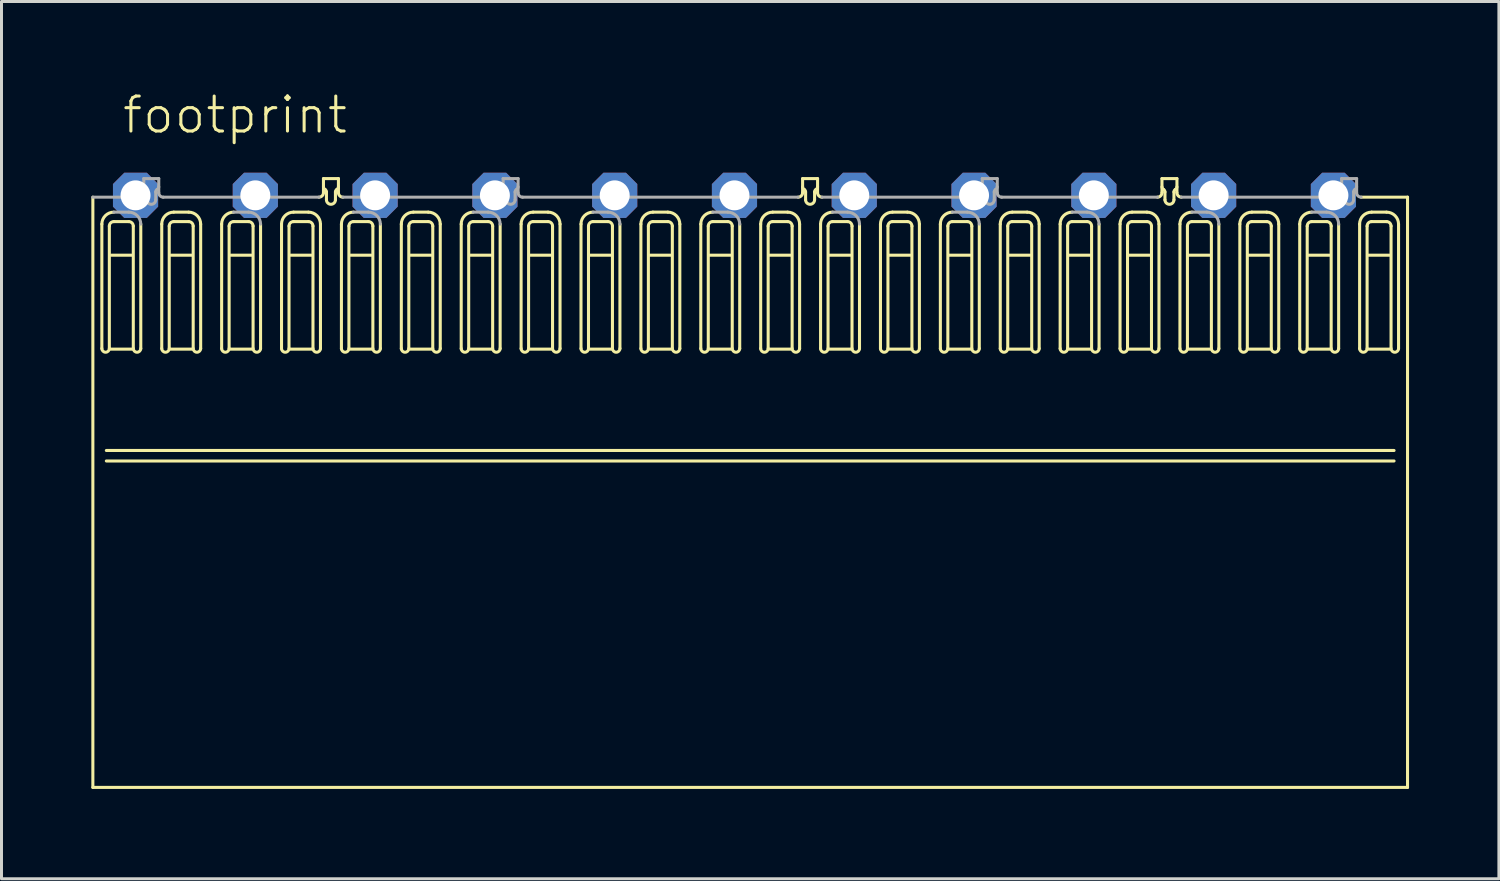
<source format=kicad_pcb>
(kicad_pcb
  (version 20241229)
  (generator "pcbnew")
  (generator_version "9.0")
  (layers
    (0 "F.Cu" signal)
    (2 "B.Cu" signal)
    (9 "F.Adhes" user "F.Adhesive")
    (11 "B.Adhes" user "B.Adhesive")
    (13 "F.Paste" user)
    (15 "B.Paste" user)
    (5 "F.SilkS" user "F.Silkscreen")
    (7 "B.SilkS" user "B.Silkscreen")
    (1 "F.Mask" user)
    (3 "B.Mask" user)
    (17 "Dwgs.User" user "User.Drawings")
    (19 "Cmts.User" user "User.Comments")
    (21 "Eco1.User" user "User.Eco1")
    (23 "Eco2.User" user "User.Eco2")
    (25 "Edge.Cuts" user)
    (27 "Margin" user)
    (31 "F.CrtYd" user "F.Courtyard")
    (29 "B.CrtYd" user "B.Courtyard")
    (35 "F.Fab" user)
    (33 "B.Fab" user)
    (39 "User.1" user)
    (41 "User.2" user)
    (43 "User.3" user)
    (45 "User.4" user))
  (footprint "footprint"
    (layer "F.Cu")
    (at 21.476 3.473)
    (property "Reference" "footprint" (at -20.5 -2 0) (layer "F.SilkS") (effects (font (size 1.168 1.168) (thickness 0.102)) (justify left bottom)))
    (fp_line (start -21.425 19.771) (end -21.425 0.061) (stroke (width 0.102) (type solid)) (layer "F.SilkS"))
    (fp_line (start -21.125 5.114) (end -21.125 0.961) (stroke (width 0.102) (type solid)) (layer "F.SilkS"))
    (fp_line (start -20.875 1.027) (end -20.875 5.114) (stroke (width 0.102) (type solid)) (layer "F.SilkS"))
    (fp_line (start -20.825 1.999) (end -20.125 1.999) (stroke (width 0.102) (type solid)) (layer "F.SilkS"))
    (fp_line (start -20.825 5.136) (end -20.125 5.136) (stroke (width 0.102) (type solid)) (layer "F.SilkS"))
    (fp_line (start -20.225 0.877) (end -20.725 0.877) (stroke (width 0.102) (type solid)) (layer "F.SilkS"))
    (fp_line (start -20.075 5.114) (end -20.075 1.027) (stroke (width 0.102) (type solid)) (layer "F.SilkS"))
    (fp_line (start -19.825 0.961) (end -19.825 5.114) (stroke (width 0.102) (type solid)) (layer "F.SilkS"))
    (fp_line (start -19.125 5.114) (end -19.125 0.961) (stroke (width 0.102) (type solid)) (layer "F.SilkS"))
    (fp_line (start -18.875 1.027) (end -18.875 5.114) (stroke (width 0.102) (type solid)) (layer "F.SilkS"))
    (fp_line (start -18.825 1.999) (end -18.125 1.999) (stroke (width 0.102) (type solid)) (layer "F.SilkS"))
    (fp_line (start -18.825 5.136) (end -18.125 5.136) (stroke (width 0.102) (type solid)) (layer "F.SilkS"))
    (fp_line (start -18.725 0.561) (end -18.225 0.561) (stroke (width 0.102) (type solid)) (layer "F.SilkS"))
    (fp_line (start -18.225 0.877) (end -18.725 0.877) (stroke (width 0.102) (type solid)) (layer "F.SilkS"))
    (fp_line (start -18.075 5.114) (end -18.075 1.027) (stroke (width 0.102) (type solid)) (layer "F.SilkS"))
    (fp_line (start -17.825 0.961) (end -17.825 5.114) (stroke (width 0.102) (type solid)) (layer "F.SilkS"))
    (fp_line (start -17.125 5.114) (end -17.125 0.961) (stroke (width 0.102) (type solid)) (layer "F.SilkS"))
    (fp_line (start -16.875 1.027) (end -16.875 5.114) (stroke (width 0.102) (type solid)) (layer "F.SilkS"))
    (fp_line (start -16.825 1.999) (end -16.125 1.999) (stroke (width 0.102) (type solid)) (layer "F.SilkS"))
    (fp_line (start -16.825 5.136) (end -16.125 5.136) (stroke (width 0.102) (type solid)) (layer "F.SilkS"))
    (fp_line (start -16.225 0.877) (end -16.725 0.877) (stroke (width 0.102) (type solid)) (layer "F.SilkS"))
    (fp_line (start -16.075 5.114) (end -16.075 1.027) (stroke (width 0.102) (type solid)) (layer "F.SilkS"))
    (fp_line (start -15.825 0.961) (end -15.825 5.114) (stroke (width 0.102) (type solid)) (layer "F.SilkS"))
    (fp_line (start -15.125 5.114) (end -15.125 0.961) (stroke (width 0.102) (type solid)) (layer "F.SilkS"))
    (fp_line (start -14.875 1.027) (end -14.875 5.114) (stroke (width 0.102) (type solid)) (layer "F.SilkS"))
    (fp_line (start -14.825 1.999) (end -14.125 1.999) (stroke (width 0.102) (type solid)) (layer "F.SilkS"))
    (fp_line (start -14.825 5.136) (end -14.125 5.136) (stroke (width 0.102) (type solid)) (layer "F.SilkS"))
    (fp_line (start -14.725 0.561) (end -14.225 0.561) (stroke (width 0.102) (type solid)) (layer "F.SilkS"))
    (fp_line (start -14.225 0.877) (end -14.725 0.877) (stroke (width 0.102) (type solid)) (layer "F.SilkS"))
    (fp_line (start -14.075 5.114) (end -14.075 1.027) (stroke (width 0.102) (type solid)) (layer "F.SilkS"))
    (fp_line (start -13.825 0.961) (end -13.825 5.114) (stroke (width 0.102) (type solid)) (layer "F.SilkS"))
    (fp_line (start -13.725 -0.559) (end -13.225 -0.559) (stroke (width 0.102) (type solid)) (layer "F.SilkS"))
    (fp_line (start -13.725 -0.089) (end -13.725 -0.559) (stroke (width 0.102) (type solid)) (layer "F.SilkS"))
    (fp_line (start -13.625 -0.113) (end -13.625 0.149) (stroke (width 0.102) (type solid)) (layer "F.SilkS"))
    (fp_line (start -13.325 0.149) (end -13.325 -0.113) (stroke (width 0.102) (type solid)) (layer "F.SilkS"))
    (fp_line (start -13.225 -0.559) (end -13.225 -0.089) (stroke (width 0.102) (type solid)) (layer "F.SilkS"))
    (fp_line (start -13.125 5.114) (end -13.125 0.961) (stroke (width 0.102) (type solid)) (layer "F.SilkS"))
    (fp_line (start -12.875 1.027) (end -12.875 5.114) (stroke (width 0.102) (type solid)) (layer "F.SilkS"))
    (fp_line (start -12.825 1.999) (end -12.125 1.999) (stroke (width 0.102) (type solid)) (layer "F.SilkS"))
    (fp_line (start -12.825 5.136) (end -12.125 5.136) (stroke (width 0.102) (type solid)) (layer "F.SilkS"))
    (fp_line (start -12.225 0.877) (end -12.725 0.877) (stroke (width 0.102) (type solid)) (layer "F.SilkS"))
    (fp_line (start -12.075 5.114) (end -12.075 1.027) (stroke (width 0.102) (type solid)) (layer "F.SilkS"))
    (fp_line (start -11.825 0.961) (end -11.825 5.114) (stroke (width 0.102) (type solid)) (layer "F.SilkS"))
    (fp_line (start -11.125 5.114) (end -11.125 0.961) (stroke (width 0.102) (type solid)) (layer "F.SilkS"))
    (fp_line (start -10.875 1.027) (end -10.875 5.114) (stroke (width 0.102) (type solid)) (layer "F.SilkS"))
    (fp_line (start -10.825 1.999) (end -10.125 1.999) (stroke (width 0.102) (type solid)) (layer "F.SilkS"))
    (fp_line (start -10.825 5.136) (end -10.125 5.136) (stroke (width 0.102) (type solid)) (layer "F.SilkS"))
    (fp_line (start -10.725 0.561) (end -10.225 0.561) (stroke (width 0.102) (type solid)) (layer "F.SilkS"))
    (fp_line (start -10.225 0.877) (end -10.725 0.877) (stroke (width 0.102) (type solid)) (layer "F.SilkS"))
    (fp_line (start -10.075 5.114) (end -10.075 1.027) (stroke (width 0.102) (type solid)) (layer "F.SilkS"))
    (fp_line (start -9.825 0.961) (end -9.825 5.114) (stroke (width 0.102) (type solid)) (layer "F.SilkS"))
    (fp_line (start -9.125 5.114) (end -9.125 0.961) (stroke (width 0.102) (type solid)) (layer "F.SilkS"))
    (fp_line (start -8.875 1.027) (end -8.875 5.114) (stroke (width 0.102) (type solid)) (layer "F.SilkS"))
    (fp_line (start -8.825 1.999) (end -8.125 1.999) (stroke (width 0.102) (type solid)) (layer "F.SilkS"))
    (fp_line (start -8.825 5.136) (end -8.125 5.136) (stroke (width 0.102) (type solid)) (layer "F.SilkS"))
    (fp_line (start -8.225 0.877) (end -8.725 0.877) (stroke (width 0.102) (type solid)) (layer "F.SilkS"))
    (fp_line (start -8.075 5.114) (end -8.075 1.027) (stroke (width 0.102) (type solid)) (layer "F.SilkS"))
    (fp_line (start -7.825 0.961) (end -7.825 5.114) (stroke (width 0.102) (type solid)) (layer "F.SilkS"))
    (fp_line (start -7.125 5.114) (end -7.125 0.961) (stroke (width 0.102) (type solid)) (layer "F.SilkS"))
    (fp_line (start -6.875 1.027) (end -6.875 5.114) (stroke (width 0.102) (type solid)) (layer "F.SilkS"))
    (fp_line (start -6.825 1.999) (end -6.125 1.999) (stroke (width 0.102) (type solid)) (layer "F.SilkS"))
    (fp_line (start -6.825 5.136) (end -6.125 5.136) (stroke (width 0.102) (type solid)) (layer "F.SilkS"))
    (fp_line (start -6.725 0.561) (end -6.225 0.561) (stroke (width 0.102) (type solid)) (layer "F.SilkS"))
    (fp_line (start -6.225 0.877) (end -6.725 0.877) (stroke (width 0.102) (type solid)) (layer "F.SilkS"))
    (fp_line (start -6.075 5.114) (end -6.075 1.027) (stroke (width 0.102) (type solid)) (layer "F.SilkS"))
    (fp_line (start -5.825 0.961) (end -5.825 5.114) (stroke (width 0.102) (type solid)) (layer "F.SilkS"))
    (fp_line (start -5.125 5.114) (end -5.125 0.961) (stroke (width 0.102) (type solid)) (layer "F.SilkS"))
    (fp_line (start -4.875 1.027) (end -4.875 5.114) (stroke (width 0.102) (type solid)) (layer "F.SilkS"))
    (fp_line (start -4.825 1.999) (end -4.125 1.999) (stroke (width 0.102) (type solid)) (layer "F.SilkS"))
    (fp_line (start -4.825 5.136) (end -4.125 5.136) (stroke (width 0.102) (type solid)) (layer "F.SilkS"))
    (fp_line (start -4.225 0.877) (end -4.725 0.877) (stroke (width 0.102) (type solid)) (layer "F.SilkS"))
    (fp_line (start -4.075 5.114) (end -4.075 1.027) (stroke (width 0.102) (type solid)) (layer "F.SilkS"))
    (fp_line (start -3.825 0.961) (end -3.825 5.114) (stroke (width 0.102) (type solid)) (layer "F.SilkS"))
    (fp_line (start -3.125 5.114) (end -3.125 0.961) (stroke (width 0.102) (type solid)) (layer "F.SilkS"))
    (fp_line (start -2.875 1.027) (end -2.875 5.114) (stroke (width 0.102) (type solid)) (layer "F.SilkS"))
    (fp_line (start -2.825 1.999) (end -2.125 1.999) (stroke (width 0.102) (type solid)) (layer "F.SilkS"))
    (fp_line (start -2.825 5.136) (end -2.125 5.136) (stroke (width 0.102) (type solid)) (layer "F.SilkS"))
    (fp_line (start -2.725 0.561) (end -2.225 0.561) (stroke (width 0.102) (type solid)) (layer "F.SilkS"))
    (fp_line (start -2.225 0.877) (end -2.725 0.877) (stroke (width 0.102) (type solid)) (layer "F.SilkS"))
    (fp_line (start -2.075 5.114) (end -2.075 1.027) (stroke (width 0.102) (type solid)) (layer "F.SilkS"))
    (fp_line (start -1.825 0.961) (end -1.825 5.114) (stroke (width 0.102) (type solid)) (layer "F.SilkS"))
    (fp_line (start -1.125 5.114) (end -1.125 0.961) (stroke (width 0.102) (type solid)) (layer "F.SilkS"))
    (fp_line (start -0.875 1.027) (end -0.875 5.114) (stroke (width 0.102) (type solid)) (layer "F.SilkS"))
    (fp_line (start -0.825 1.999) (end -0.125 1.999) (stroke (width 0.102) (type solid)) (layer "F.SilkS"))
    (fp_line (start -0.825 5.136) (end -0.125 5.136) (stroke (width 0.102) (type solid)) (layer "F.SilkS"))
    (fp_line (start -0.225 0.877) (end -0.725 0.877) (stroke (width 0.102) (type solid)) (layer "F.SilkS"))
    (fp_line (start -0.075 5.114) (end -0.075 1.027) (stroke (width 0.102) (type solid)) (layer "F.SilkS"))
    (fp_line (start 0.175 0.961) (end 0.175 5.114) (stroke (width 0.102) (type solid)) (layer "F.SilkS"))
    (fp_line (start 0.875 0.961) (end 0.875 5.114) (stroke (width 0.102) (type solid)) (layer "F.SilkS"))
    (fp_line (start 1.125 5.114) (end 1.125 1.027) (stroke (width 0.102) (type solid)) (layer "F.SilkS"))
    (fp_line (start 1.275 0.877) (end 1.775 0.877) (stroke (width 0.102) (type solid)) (layer "F.SilkS"))
    (fp_line (start 1.775 0.561) (end 1.275 0.561) (stroke (width 0.102) (type solid)) (layer "F.SilkS"))
    (fp_line (start 1.875 1.999) (end 1.175 1.999) (stroke (width 0.102) (type solid)) (layer "F.SilkS"))
    (fp_line (start 1.875 5.136) (end 1.175 5.136) (stroke (width 0.102) (type solid)) (layer "F.SilkS"))
    (fp_line (start 1.925 1.027) (end 1.925 5.114) (stroke (width 0.102) (type solid)) (layer "F.SilkS"))
    (fp_line (start 2.175 5.114) (end 2.175 0.961) (stroke (width 0.102) (type solid)) (layer "F.SilkS"))
    (fp_line (start 2.275 -0.559) (end 2.775 -0.559) (stroke (width 0.102) (type solid)) (layer "F.SilkS"))
    (fp_line (start 2.275 -0.089) (end 2.275 -0.559) (stroke (width 0.102) (type solid)) (layer "F.SilkS"))
    (fp_line (start 2.375 -0.113) (end 2.375 0.149) (stroke (width 0.102) (type solid)) (layer "F.SilkS"))
    (fp_line (start 2.675 0.149) (end 2.675 -0.113) (stroke (width 0.102) (type solid)) (layer "F.SilkS"))
    (fp_line (start 2.775 -0.559) (end 2.775 -0.089) (stroke (width 0.102) (type solid)) (layer "F.SilkS"))
    (fp_line (start 2.875 0.961) (end 2.875 5.114) (stroke (width 0.102) (type solid)) (layer "F.SilkS"))
    (fp_line (start 3.125 5.114) (end 3.125 1.027) (stroke (width 0.102) (type solid)) (layer "F.SilkS"))
    (fp_line (start 3.275 0.877) (end 3.775 0.877) (stroke (width 0.102) (type solid)) (layer "F.SilkS"))
    (fp_line (start 3.875 1.999) (end 3.175 1.999) (stroke (width 0.102) (type solid)) (layer "F.SilkS"))
    (fp_line (start 3.875 5.136) (end 3.175 5.136) (stroke (width 0.102) (type solid)) (layer "F.SilkS"))
    (fp_line (start 3.925 1.027) (end 3.925 5.114) (stroke (width 0.102) (type solid)) (layer "F.SilkS"))
    (fp_line (start 4.175 5.114) (end 4.175 0.961) (stroke (width 0.102) (type solid)) (layer "F.SilkS"))
    (fp_line (start 4.875 0.961) (end 4.875 5.114) (stroke (width 0.102) (type solid)) (layer "F.SilkS"))
    (fp_line (start 5.125 5.114) (end 5.125 1.027) (stroke (width 0.102) (type solid)) (layer "F.SilkS"))
    (fp_line (start 5.275 0.877) (end 5.775 0.877) (stroke (width 0.102) (type solid)) (layer "F.SilkS"))
    (fp_line (start 5.775 0.561) (end 5.275 0.561) (stroke (width 0.102) (type solid)) (layer "F.SilkS"))
    (fp_line (start 5.875 1.999) (end 5.175 1.999) (stroke (width 0.102) (type solid)) (layer "F.SilkS"))
    (fp_line (start 5.875 5.136) (end 5.175 5.136) (stroke (width 0.102) (type solid)) (layer "F.SilkS"))
    (fp_line (start 5.925 1.027) (end 5.925 5.114) (stroke (width 0.102) (type solid)) (layer "F.SilkS"))
    (fp_line (start 6.175 5.114) (end 6.175 0.961) (stroke (width 0.102) (type solid)) (layer "F.SilkS"))
    (fp_line (start 6.875 0.961) (end 6.875 5.114) (stroke (width 0.102) (type solid)) (layer "F.SilkS"))
    (fp_line (start 7.125 5.114) (end 7.125 1.027) (stroke (width 0.102) (type solid)) (layer "F.SilkS"))
    (fp_line (start 7.275 0.877) (end 7.775 0.877) (stroke (width 0.102) (type solid)) (layer "F.SilkS"))
    (fp_line (start 7.875 1.999) (end 7.175 1.999) (stroke (width 0.102) (type solid)) (layer "F.SilkS"))
    (fp_line (start 7.875 5.136) (end 7.175 5.136) (stroke (width 0.102) (type solid)) (layer "F.SilkS"))
    (fp_line (start 7.925 1.027) (end 7.925 5.114) (stroke (width 0.102) (type solid)) (layer "F.SilkS"))
    (fp_line (start 8.175 5.114) (end 8.175 0.961) (stroke (width 0.102) (type solid)) (layer "F.SilkS"))
    (fp_line (start 8.875 0.961) (end 8.875 5.114) (stroke (width 0.102) (type solid)) (layer "F.SilkS"))
    (fp_line (start 9.125 5.114) (end 9.125 1.027) (stroke (width 0.102) (type solid)) (layer "F.SilkS"))
    (fp_line (start 9.275 0.877) (end 9.775 0.877) (stroke (width 0.102) (type solid)) (layer "F.SilkS"))
    (fp_line (start 9.775 0.561) (end 9.275 0.561) (stroke (width 0.102) (type solid)) (layer "F.SilkS"))
    (fp_line (start 9.875 1.999) (end 9.175 1.999) (stroke (width 0.102) (type solid)) (layer "F.SilkS"))
    (fp_line (start 9.875 5.136) (end 9.175 5.136) (stroke (width 0.102) (type solid)) (layer "F.SilkS"))
    (fp_line (start 9.925 1.027) (end 9.925 5.114) (stroke (width 0.102) (type solid)) (layer "F.SilkS"))
    (fp_line (start 10.175 5.114) (end 10.175 0.961) (stroke (width 0.102) (type solid)) (layer "F.SilkS"))
    (fp_line (start 10.875 0.961) (end 10.875 5.114) (stroke (width 0.102) (type solid)) (layer "F.SilkS"))
    (fp_line (start 11.125 5.114) (end 11.125 1.027) (stroke (width 0.102) (type solid)) (layer "F.SilkS"))
    (fp_line (start 11.275 0.877) (end 11.775 0.877) (stroke (width 0.102) (type solid)) (layer "F.SilkS"))
    (fp_line (start 11.875 1.999) (end 11.175 1.999) (stroke (width 0.102) (type solid)) (layer "F.SilkS"))
    (fp_line (start 11.875 5.136) (end 11.175 5.136) (stroke (width 0.102) (type solid)) (layer "F.SilkS"))
    (fp_line (start 11.925 1.027) (end 11.925 5.114) (stroke (width 0.102) (type solid)) (layer "F.SilkS"))
    (fp_line (start 12.175 5.114) (end 12.175 0.961) (stroke (width 0.102) (type solid)) (layer "F.SilkS"))
    (fp_line (start 12.875 0.961) (end 12.875 5.114) (stroke (width 0.102) (type solid)) (layer "F.SilkS"))
    (fp_line (start 13.125 5.114) (end 13.125 1.027) (stroke (width 0.102) (type solid)) (layer "F.SilkS"))
    (fp_line (start 13.275 0.877) (end 13.775 0.877) (stroke (width 0.102) (type solid)) (layer "F.SilkS"))
    (fp_line (start 13.775 0.561) (end 13.275 0.561) (stroke (width 0.102) (type solid)) (layer "F.SilkS"))
    (fp_line (start 13.875 1.999) (end 13.175 1.999) (stroke (width 0.102) (type solid)) (layer "F.SilkS"))
    (fp_line (start 13.875 5.136) (end 13.175 5.136) (stroke (width 0.102) (type solid)) (layer "F.SilkS"))
    (fp_line (start 13.925 1.027) (end 13.925 5.114) (stroke (width 0.102) (type solid)) (layer "F.SilkS"))
    (fp_line (start 14.175 5.114) (end 14.175 0.961) (stroke (width 0.102) (type solid)) (layer "F.SilkS"))
    (fp_line (start 14.275 -0.559) (end 14.775 -0.559) (stroke (width 0.102) (type solid)) (layer "F.SilkS"))
    (fp_line (start 14.275 -0.089) (end 14.275 -0.559) (stroke (width 0.102) (type solid)) (layer "F.SilkS"))
    (fp_line (start 14.375 -0.113) (end 14.375 0.149) (stroke (width 0.102) (type solid)) (layer "F.SilkS"))
    (fp_line (start 14.675 0.149) (end 14.675 -0.113) (stroke (width 0.102) (type solid)) (layer "F.SilkS"))
    (fp_line (start 14.775 -0.559) (end 14.775 -0.089) (stroke (width 0.102) (type solid)) (layer "F.SilkS"))
    (fp_line (start 14.875 0.961) (end 14.875 5.114) (stroke (width 0.102) (type solid)) (layer "F.SilkS"))
    (fp_line (start 15.125 5.114) (end 15.125 1.027) (stroke (width 0.102) (type solid)) (layer "F.SilkS"))
    (fp_line (start 15.275 0.877) (end 15.775 0.877) (stroke (width 0.102) (type solid)) (layer "F.SilkS"))
    (fp_line (start 15.875 1.999) (end 15.175 1.999) (stroke (width 0.102) (type solid)) (layer "F.SilkS"))
    (fp_line (start 15.875 5.136) (end 15.175 5.136) (stroke (width 0.102) (type solid)) (layer "F.SilkS"))
    (fp_line (start 15.925 1.027) (end 15.925 5.114) (stroke (width 0.102) (type solid)) (layer "F.SilkS"))
    (fp_line (start 16.175 5.114) (end 16.175 0.961) (stroke (width 0.102) (type solid)) (layer "F.SilkS"))
    (fp_line (start 16.875 0.961) (end 16.875 5.114) (stroke (width 0.102) (type solid)) (layer "F.SilkS"))
    (fp_line (start 17.125 5.114) (end 17.125 1.027) (stroke (width 0.102) (type solid)) (layer "F.SilkS"))
    (fp_line (start 17.275 0.877) (end 17.775 0.877) (stroke (width 0.102) (type solid)) (layer "F.SilkS"))
    (fp_line (start 17.775 0.561) (end 17.275 0.561) (stroke (width 0.102) (type solid)) (layer "F.SilkS"))
    (fp_line (start 17.875 1.999) (end 17.175 1.999) (stroke (width 0.102) (type solid)) (layer "F.SilkS"))
    (fp_line (start 17.875 5.136) (end 17.175 5.136) (stroke (width 0.102) (type solid)) (layer "F.SilkS"))
    (fp_line (start 17.925 1.027) (end 17.925 5.114) (stroke (width 0.102) (type solid)) (layer "F.SilkS"))
    (fp_line (start 18.175 5.114) (end 18.175 0.961) (stroke (width 0.102) (type solid)) (layer "F.SilkS"))
    (fp_line (start 18.875 0.961) (end 18.875 5.114) (stroke (width 0.102) (type solid)) (layer "F.SilkS"))
    (fp_line (start 19.125 5.114) (end 19.125 1.027) (stroke (width 0.102) (type solid)) (layer "F.SilkS"))
    (fp_line (start 19.275 0.877) (end 19.775 0.877) (stroke (width 0.102) (type solid)) (layer "F.SilkS"))
    (fp_line (start 19.875 1.999) (end 19.175 1.999) (stroke (width 0.102) (type solid)) (layer "F.SilkS"))
    (fp_line (start 19.875 5.136) (end 19.175 5.136) (stroke (width 0.102) (type solid)) (layer "F.SilkS"))
    (fp_line (start 19.925 1.027) (end 19.925 5.114) (stroke (width 0.102) (type solid)) (layer "F.SilkS"))
    (fp_line (start 20.175 5.114) (end 20.175 0.961) (stroke (width 0.102) (type solid)) (layer "F.SilkS"))
    (fp_line (start 20.875 0.961) (end 20.875 5.114) (stroke (width 0.102) (type solid)) (layer "F.SilkS"))
    (fp_line (start 20.925 0.061) (end 22.475 0.061) (stroke (width 0.102) (type solid)) (layer "F.SilkS"))
    (fp_line (start 21.125 5.114) (end 21.125 1.027) (stroke (width 0.102) (type solid)) (layer "F.SilkS"))
    (fp_line (start 21.275 0.877) (end 21.775 0.877) (stroke (width 0.102) (type solid)) (layer "F.SilkS"))
    (fp_line (start 21.775 0.561) (end 21.275 0.561) (stroke (width 0.102) (type solid)) (layer "F.SilkS"))
    (fp_line (start 21.875 1.999) (end 21.175 1.999) (stroke (width 0.102) (type solid)) (layer "F.SilkS"))
    (fp_line (start 21.875 5.136) (end 21.175 5.136) (stroke (width 0.102) (type solid)) (layer "F.SilkS"))
    (fp_line (start 21.925 1.027) (end 21.925 5.114) (stroke (width 0.102) (type solid)) (layer "F.SilkS"))
    (fp_line (start 22.025 8.52) (end -20.975 8.52) (stroke (width 0.102) (type solid)) (layer "F.SilkS"))
    (fp_line (start 22.025 8.87) (end -20.975 8.87) (stroke (width 0.102) (type solid)) (layer "F.SilkS"))
    (fp_line (start 22.175 5.114) (end 22.175 0.961) (stroke (width 0.102) (type solid)) (layer "F.SilkS"))
    (fp_line (start 22.475 0.061) (end 22.475 19.771) (stroke (width 0.102) (type solid)) (layer "F.SilkS"))
    (fp_line (start 22.475 19.771) (end -21.425 19.771) (stroke (width 0.102) (type solid)) (layer "F.SilkS"))
    (fp_arc (start -21.1252 0.9612) (mid -21.008043 0.678357) (end -20.7252 0.5612) (stroke (width 0.1016) (type solid)) (layer "F.SilkS"))
    (fp_arc (start -20.8752 1.0269) (mid -20.831266 0.920834) (end -20.7252 0.8769) (stroke (width 0.1016) (type solid)) (layer "F.SilkS"))
    (fp_arc (start -20.8752 5.1139) (mid -21.0002 5.2389) (end -21.1252 5.1139) (stroke (width 0.1016) (type solid)) (layer "F.SilkS"))
    (fp_arc (start -20.2252 0.8769) (mid -20.119134 0.920834) (end -20.0752 1.0269) (stroke (width 0.1016) (type solid)) (layer "F.SilkS"))
    (fp_arc (start -19.8252 5.1139) (mid -19.9502 5.2389) (end -20.0752 5.1139) (stroke (width 0.1016) (type solid)) (layer "F.SilkS"))
    (fp_arc (start -19.1252 0.9612) (mid -19.008043 0.678357) (end -18.7252 0.5612) (stroke (width 0.1016) (type solid)) (layer "F.SilkS"))
    (fp_arc (start -18.8752 1.0269) (mid -18.831266 0.920834) (end -18.7252 0.8769) (stroke (width 0.1016) (type solid)) (layer "F.SilkS"))
    (fp_arc (start -18.8752 5.1139) (mid -19.0002 5.2389) (end -19.1252 5.1139) (stroke (width 0.1016) (type solid)) (layer "F.SilkS"))
    (fp_arc (start -18.2252 0.5612) (mid -17.942357 0.678357) (end -17.8252 0.9612) (stroke (width 0.1016) (type solid)) (layer "F.SilkS"))
    (fp_arc (start -18.2252 0.8769) (mid -18.119134 0.920834) (end -18.0752 1.0269) (stroke (width 0.1016) (type solid)) (layer "F.SilkS"))
    (fp_arc (start -17.8252 5.1139) (mid -17.9502 5.2389) (end -18.0752 5.1139) (stroke (width 0.1016) (type solid)) (layer "F.SilkS"))
    (fp_arc (start -17.1252 0.9612) (mid -17.008043 0.678357) (end -16.7252 0.5612) (stroke (width 0.1016) (type solid)) (layer "F.SilkS"))
    (fp_arc (start -16.8752 1.0269) (mid -16.831266 0.920834) (end -16.7252 0.8769) (stroke (width 0.1016) (type solid)) (layer "F.SilkS"))
    (fp_arc (start -16.8752 5.1139) (mid -17.0002 5.2389) (end -17.1252 5.1139) (stroke (width 0.1016) (type solid)) (layer "F.SilkS"))
    (fp_arc (start -16.2252 0.8769) (mid -16.119134 0.920834) (end -16.0752 1.0269) (stroke (width 0.1016) (type solid)) (layer "F.SilkS"))
    (fp_arc (start -15.8252 5.1139) (mid -15.9502 5.2389) (end -16.0752 5.1139) (stroke (width 0.1016) (type solid)) (layer "F.SilkS"))
    (fp_arc (start -15.1252 0.9612) (mid -15.008043 0.678357) (end -14.7252 0.5612) (stroke (width 0.1016) (type solid)) (layer "F.SilkS"))
    (fp_arc (start -14.8752 1.0269) (mid -14.831266 0.920834) (end -14.7252 0.8769) (stroke (width 0.1016) (type solid)) (layer "F.SilkS"))
    (fp_arc (start -14.8752 5.1139) (mid -15.0002 5.2389) (end -15.1252 5.1139) (stroke (width 0.1016) (type solid)) (layer "F.SilkS"))
    (fp_arc (start -14.2252 0.5612) (mid -13.942357 0.678357) (end -13.8252 0.9612) (stroke (width 0.1016) (type solid)) (layer "F.SilkS"))
    (fp_arc (start -14.2252 0.8769) (mid -14.119134 0.920834) (end -14.0752 1.0269) (stroke (width 0.1016) (type solid)) (layer "F.SilkS"))
    (fp_arc (start -13.8252 5.1139) (mid -13.9502 5.2389) (end -14.0752 5.1139) (stroke (width 0.1016) (type solid)) (layer "F.SilkS"))
    (fp_arc (start -13.7251 -0.0888) (mid -13.769034 0.017266) (end -13.8751 0.0612) (stroke (width 0.1016) (type solid)) (layer "F.SilkS"))
    (fp_arc (start -13.6751 -0.1997) (mid -13.638498 -0.163099) (end -13.6251 -0.1131) (stroke (width 0.1016) (type solid)) (layer "F.SilkS"))
    (fp_arc (start -13.6751 -0.199699) (mid -13.711702 -0.236301) (end -13.7251 -0.2863) (stroke (width 0.1016) (type solid)) (layer "F.SilkS"))
    (fp_arc (start -13.3251 -0.113099) (mid -13.311702 -0.163098) (end -13.2751 -0.1997) (stroke (width 0.1016) (type solid)) (layer "F.SilkS"))
    (fp_arc (start -13.3251 0.149) (mid -13.4751 0.299) (end -13.6251 0.149) (stroke (width 0.1016) (type solid)) (layer "F.SilkS"))
    (fp_arc (start -13.2251 -0.2863) (mid -13.238498 -0.236301) (end -13.2751 -0.1997) (stroke (width 0.1016) (type solid)) (layer "F.SilkS"))
    (fp_arc (start -13.1252 0.9612) (mid -13.008043 0.678357) (end -12.7252 0.5612) (stroke (width 0.1016) (type solid)) (layer "F.SilkS"))
    (fp_arc (start -13.0751 0.0612) (mid -13.181166 0.017266) (end -13.2251 -0.0888) (stroke (width 0.1016) (type solid)) (layer "F.SilkS"))
    (fp_arc (start -12.8752 1.0269) (mid -12.831266 0.920834) (end -12.7252 0.8769) (stroke (width 0.1016) (type solid)) (layer "F.SilkS"))
    (fp_arc (start -12.8752 5.1139) (mid -13.0002 5.2389) (end -13.1252 5.1139) (stroke (width 0.1016) (type solid)) (layer "F.SilkS"))
    (fp_arc (start -12.2252 0.8769) (mid -12.119134 0.920834) (end -12.0752 1.0269) (stroke (width 0.1016) (type solid)) (layer "F.SilkS"))
    (fp_arc (start -11.8252 5.1139) (mid -11.9502 5.2389) (end -12.0752 5.1139) (stroke (width 0.1016) (type solid)) (layer "F.SilkS"))
    (fp_arc (start -11.1252 0.9612) (mid -11.008043 0.678357) (end -10.7252 0.5612) (stroke (width 0.1016) (type solid)) (layer "F.SilkS"))
    (fp_arc (start -10.8752 1.0269) (mid -10.831266 0.920834) (end -10.7252 0.8769) (stroke (width 0.1016) (type solid)) (layer "F.SilkS"))
    (fp_arc (start -10.8752 5.1139) (mid -11.0002 5.2389) (end -11.1252 5.1139) (stroke (width 0.1016) (type solid)) (layer "F.SilkS"))
    (fp_arc (start -10.2252 0.5612) (mid -9.942357 0.678357) (end -9.8252 0.9612) (stroke (width 0.1016) (type solid)) (layer "F.SilkS"))
    (fp_arc (start -10.2252 0.8769) (mid -10.119134 0.920834) (end -10.0752 1.0269) (stroke (width 0.1016) (type solid)) (layer "F.SilkS"))
    (fp_arc (start -9.8252 5.1139) (mid -9.9502 5.2389) (end -10.0752 5.1139) (stroke (width 0.1016) (type solid)) (layer "F.SilkS"))
    (fp_arc (start -9.1252 0.9612) (mid -9.008043 0.678357) (end -8.7252 0.5612) (stroke (width 0.1016) (type solid)) (layer "F.SilkS"))
    (fp_arc (start -8.8752 1.0269) (mid -8.831266 0.920834) (end -8.7252 0.8769) (stroke (width 0.1016) (type solid)) (layer "F.SilkS"))
    (fp_arc (start -8.8752 5.1139) (mid -9.0002 5.2389) (end -9.1252 5.1139) (stroke (width 0.1016) (type solid)) (layer "F.SilkS"))
    (fp_arc (start -8.2252 0.8769) (mid -8.119134 0.920834) (end -8.0752 1.0269) (stroke (width 0.1016) (type solid)) (layer "F.SilkS"))
    (fp_arc (start -7.8252 5.1139) (mid -7.9502 5.2389) (end -8.0752 5.1139) (stroke (width 0.1016) (type solid)) (layer "F.SilkS"))
    (fp_arc (start -7.1252 0.9612) (mid -7.008043 0.678357) (end -6.7252 0.5612) (stroke (width 0.1016) (type solid)) (layer "F.SilkS"))
    (fp_arc (start -6.8752 1.0269) (mid -6.831266 0.920834) (end -6.7252 0.8769) (stroke (width 0.1016) (type solid)) (layer "F.SilkS"))
    (fp_arc (start -6.8752 5.1139) (mid -7.0002 5.2389) (end -7.1252 5.1139) (stroke (width 0.1016) (type solid)) (layer "F.SilkS"))
    (fp_arc (start -6.2252 0.5612) (mid -5.942357 0.678357) (end -5.8252 0.9612) (stroke (width 0.1016) (type solid)) (layer "F.SilkS"))
    (fp_arc (start -6.2252 0.8769) (mid -6.119134 0.920834) (end -6.0752 1.0269) (stroke (width 0.1016) (type solid)) (layer "F.SilkS"))
    (fp_arc (start -5.8252 5.1139) (mid -5.9502 5.2389) (end -6.0752 5.1139) (stroke (width 0.1016) (type solid)) (layer "F.SilkS"))
    (fp_arc (start -5.1252 0.9612) (mid -5.008043 0.678357) (end -4.7252 0.5612) (stroke (width 0.1016) (type solid)) (layer "F.SilkS"))
    (fp_arc (start -4.8752 1.0269) (mid -4.831266 0.920834) (end -4.7252 0.8769) (stroke (width 0.1016) (type solid)) (layer "F.SilkS"))
    (fp_arc (start -4.8752 5.1139) (mid -5.0002 5.2389) (end -5.1252 5.1139) (stroke (width 0.1016) (type solid)) (layer "F.SilkS"))
    (fp_arc (start -4.2252 0.8769) (mid -4.119134 0.920834) (end -4.0752 1.0269) (stroke (width 0.1016) (type solid)) (layer "F.SilkS"))
    (fp_arc (start -3.8252 5.1139) (mid -3.9502 5.2389) (end -4.0752 5.1139) (stroke (width 0.1016) (type solid)) (layer "F.SilkS"))
    (fp_arc (start -3.1252 0.9612) (mid -3.008043 0.678357) (end -2.7252 0.5612) (stroke (width 0.1016) (type solid)) (layer "F.SilkS"))
    (fp_arc (start -2.8752 1.0269) (mid -2.831266 0.920834) (end -2.7252 0.8769) (stroke (width 0.1016) (type solid)) (layer "F.SilkS"))
    (fp_arc (start -2.8752 5.1139) (mid -3.0002 5.2389) (end -3.1252 5.1139) (stroke (width 0.1016) (type solid)) (layer "F.SilkS"))
    (fp_arc (start -2.2252 0.5612) (mid -1.942357 0.678357) (end -1.8252 0.9612) (stroke (width 0.1016) (type solid)) (layer "F.SilkS"))
    (fp_arc (start -2.2252 0.8769) (mid -2.119134 0.920834) (end -2.0752 1.0269) (stroke (width 0.1016) (type solid)) (layer "F.SilkS"))
    (fp_arc (start -1.8252 5.1139) (mid -1.9502 5.2389) (end -2.0752 5.1139) (stroke (width 0.1016) (type solid)) (layer "F.SilkS"))
    (fp_arc (start -1.1252 0.9612) (mid -1.008043 0.678357) (end -0.7252 0.5612) (stroke (width 0.1016) (type solid)) (layer "F.SilkS"))
    (fp_arc (start -0.8752 1.0269) (mid -0.831266 0.920834) (end -0.7252 0.8769) (stroke (width 0.1016) (type solid)) (layer "F.SilkS"))
    (fp_arc (start -0.8752 5.1139) (mid -1.0002 5.2389) (end -1.1252 5.1139) (stroke (width 0.1016) (type solid)) (layer "F.SilkS"))
    (fp_arc (start -0.2252 0.8769) (mid -0.119134 0.920834) (end -0.0752 1.0269) (stroke (width 0.1016) (type solid)) (layer "F.SilkS"))
    (fp_arc (start 0.1748 5.1139) (mid 0.0498 5.2389) (end -0.0752 5.1139) (stroke (width 0.1016) (type solid)) (layer "F.SilkS"))
    (fp_arc (start 0.8748 0.9612) (mid 0.991957 0.678357) (end 1.2748 0.5612) (stroke (width 0.1016) (type solid)) (layer "F.SilkS"))
    (fp_arc (start 1.1248 1.0269) (mid 1.168734 0.920834) (end 1.2748 0.8769) (stroke (width 0.1016) (type solid)) (layer "F.SilkS"))
    (fp_arc (start 1.1248 5.1139) (mid 0.9998 5.2389) (end 0.8748 5.1139) (stroke (width 0.1016) (type solid)) (layer "F.SilkS"))
    (fp_arc (start 1.7748 0.5612) (mid 2.057643 0.678357) (end 2.1748 0.9612) (stroke (width 0.1016) (type solid)) (layer "F.SilkS"))
    (fp_arc (start 1.7748 0.8769) (mid 1.880866 0.920834) (end 1.9248 1.0269) (stroke (width 0.1016) (type solid)) (layer "F.SilkS"))
    (fp_arc (start 2.1748 5.1139) (mid 2.0498 5.2389) (end 1.9248 5.1139) (stroke (width 0.1016) (type solid)) (layer "F.SilkS"))
    (fp_arc (start 2.2748 -0.0888) (mid 2.230866 0.017266) (end 2.1248 0.0612) (stroke (width 0.1016) (type solid)) (layer "F.SilkS"))
    (fp_arc (start 2.324799 -0.199701) (mid 2.361402 -0.163099) (end 2.3748 -0.1131) (stroke (width 0.1016) (type solid)) (layer "F.SilkS"))
    (fp_arc (start 2.3248 -0.1997) (mid 2.288198 -0.236301) (end 2.2748 -0.2863) (stroke (width 0.1016) (type solid)) (layer "F.SilkS"))
    (fp_arc (start 2.6748 -0.1131) (mid 2.688198 -0.163098) (end 2.7248 -0.1997) (stroke (width 0.1016) (type solid)) (layer "F.SilkS"))
    (fp_arc (start 2.6748 0.149) (mid 2.5248 0.299) (end 2.3748 0.149) (stroke (width 0.1016) (type solid)) (layer "F.SilkS"))
    (fp_arc (start 2.774799 -0.286301) (mid 2.761402 -0.236302) (end 2.7248 -0.1997) (stroke (width 0.1016) (type solid)) (layer "F.SilkS"))
    (fp_arc (start 2.8748 0.9612) (mid 2.991957 0.678357) (end 3.2748 0.5612) (stroke (width 0.1016) (type solid)) (layer "F.SilkS"))
    (fp_arc (start 2.9248 0.0612) (mid 2.818734 0.017266) (end 2.7748 -0.0888) (stroke (width 0.1016) (type solid)) (layer "F.SilkS"))
    (fp_arc (start 3.1248 1.0269) (mid 3.168734 0.920834) (end 3.2748 0.8769) (stroke (width 0.1016) (type solid)) (layer "F.SilkS"))
    (fp_arc (start 3.1248 5.1139) (mid 2.9998 5.2389) (end 2.8748 5.1139) (stroke (width 0.1016) (type solid)) (layer "F.SilkS"))
    (fp_arc (start 3.7748 0.8769) (mid 3.880866 0.920834) (end 3.9248 1.0269) (stroke (width 0.1016) (type solid)) (layer "F.SilkS"))
    (fp_arc (start 4.1748 5.1139) (mid 4.0498 5.2389) (end 3.9248 5.1139) (stroke (width 0.1016) (type solid)) (layer "F.SilkS"))
    (fp_arc (start 4.8748 0.9612) (mid 4.991957 0.678357) (end 5.2748 0.5612) (stroke (width 0.1016) (type solid)) (layer "F.SilkS"))
    (fp_arc (start 5.1248 1.0269) (mid 5.168734 0.920834) (end 5.2748 0.8769) (stroke (width 0.1016) (type solid)) (layer "F.SilkS"))
    (fp_arc (start 5.1248 5.1139) (mid 4.9998 5.2389) (end 4.8748 5.1139) (stroke (width 0.1016) (type solid)) (layer "F.SilkS"))
    (fp_arc (start 5.7748 0.5612) (mid 6.057643 0.678357) (end 6.1748 0.9612) (stroke (width 0.1016) (type solid)) (layer "F.SilkS"))
    (fp_arc (start 5.7748 0.8769) (mid 5.880866 0.920834) (end 5.9248 1.0269) (stroke (width 0.1016) (type solid)) (layer "F.SilkS"))
    (fp_arc (start 6.1748 5.1139) (mid 6.0498 5.2389) (end 5.9248 5.1139) (stroke (width 0.1016) (type solid)) (layer "F.SilkS"))
    (fp_arc (start 6.8748 0.9612) (mid 6.991957 0.678357) (end 7.2748 0.5612) (stroke (width 0.1016) (type solid)) (layer "F.SilkS"))
    (fp_arc (start 7.1248 1.0269) (mid 7.168734 0.920834) (end 7.2748 0.8769) (stroke (width 0.1016) (type solid)) (layer "F.SilkS"))
    (fp_arc (start 7.1248 5.1139) (mid 6.9998 5.2389) (end 6.8748 5.1139) (stroke (width 0.1016) (type solid)) (layer "F.SilkS"))
    (fp_arc (start 7.7748 0.8769) (mid 7.880866 0.920834) (end 7.9248 1.0269) (stroke (width 0.1016) (type solid)) (layer "F.SilkS"))
    (fp_arc (start 8.1748 5.1139) (mid 8.0498 5.2389) (end 7.9248 5.1139) (stroke (width 0.1016) (type solid)) (layer "F.SilkS"))
    (fp_arc (start 8.8748 0.9612) (mid 8.991957 0.678357) (end 9.2748 0.5612) (stroke (width 0.1016) (type solid)) (layer "F.SilkS"))
    (fp_arc (start 9.1248 1.0269) (mid 9.168734 0.920834) (end 9.2748 0.8769) (stroke (width 0.1016) (type solid)) (layer "F.SilkS"))
    (fp_arc (start 9.1248 5.1139) (mid 8.9998 5.2389) (end 8.8748 5.1139) (stroke (width 0.1016) (type solid)) (layer "F.SilkS"))
    (fp_arc (start 9.7748 0.5612) (mid 10.057643 0.678357) (end 10.1748 0.9612) (stroke (width 0.1016) (type solid)) (layer "F.SilkS"))
    (fp_arc (start 9.7748 0.8769) (mid 9.880866 0.920834) (end 9.9248 1.0269) (stroke (width 0.1016) (type solid)) (layer "F.SilkS"))
    (fp_arc (start 10.1748 5.1139) (mid 10.0498 5.2389) (end 9.9248 5.1139) (stroke (width 0.1016) (type solid)) (layer "F.SilkS"))
    (fp_arc (start 10.8748 0.9612) (mid 10.991957 0.678357) (end 11.2748 0.5612) (stroke (width 0.1016) (type solid)) (layer "F.SilkS"))
    (fp_arc (start 11.1248 1.0269) (mid 11.168734 0.920834) (end 11.2748 0.8769) (stroke (width 0.1016) (type solid)) (layer "F.SilkS"))
    (fp_arc (start 11.1248 5.1139) (mid 10.9998 5.2389) (end 10.8748 5.1139) (stroke (width 0.1016) (type solid)) (layer "F.SilkS"))
    (fp_arc (start 11.7748 0.8769) (mid 11.880866 0.920834) (end 11.9248 1.0269) (stroke (width 0.1016) (type solid)) (layer "F.SilkS"))
    (fp_arc (start 12.1748 5.1139) (mid 12.0498 5.2389) (end 11.9248 5.1139) (stroke (width 0.1016) (type solid)) (layer "F.SilkS"))
    (fp_arc (start 12.8748 0.9612) (mid 12.991957 0.678357) (end 13.2748 0.5612) (stroke (width 0.1016) (type solid)) (layer "F.SilkS"))
    (fp_arc (start 13.1248 1.0269) (mid 13.168734 0.920834) (end 13.2748 0.8769) (stroke (width 0.1016) (type solid)) (layer "F.SilkS"))
    (fp_arc (start 13.1248 5.1139) (mid 12.9998 5.2389) (end 12.8748 5.1139) (stroke (width 0.1016) (type solid)) (layer "F.SilkS"))
    (fp_arc (start 13.7748 0.5612) (mid 14.057643 0.678357) (end 14.1748 0.9612) (stroke (width 0.1016) (type solid)) (layer "F.SilkS"))
    (fp_arc (start 13.7748 0.8769) (mid 13.880866 0.920834) (end 13.9248 1.0269) (stroke (width 0.1016) (type solid)) (layer "F.SilkS"))
    (fp_arc (start 14.1748 5.1139) (mid 14.0498 5.2389) (end 13.9248 5.1139) (stroke (width 0.1016) (type solid)) (layer "F.SilkS"))
    (fp_arc (start 14.2748 -0.0888) (mid 14.230866 0.017266) (end 14.1248 0.0612) (stroke (width 0.1016) (type solid)) (layer "F.SilkS"))
    (fp_arc (start 14.324799 -0.199701) (mid 14.361402 -0.163099) (end 14.3748 -0.1131) (stroke (width 0.1016) (type solid)) (layer "F.SilkS"))
    (fp_arc (start 14.3248 -0.1997) (mid 14.288198 -0.236301) (end 14.2748 -0.2863) (stroke (width 0.1016) (type solid)) (layer "F.SilkS"))
    (fp_arc (start 14.6748 -0.1131) (mid 14.688198 -0.163098) (end 14.7248 -0.1997) (stroke (width 0.1016) (type solid)) (layer "F.SilkS"))
    (fp_arc (start 14.6748 0.149) (mid 14.5248 0.299) (end 14.3748 0.149) (stroke (width 0.1016) (type solid)) (layer "F.SilkS"))
    (fp_arc (start 14.774799 -0.286301) (mid 14.761402 -0.236302) (end 14.7248 -0.1997) (stroke (width 0.1016) (type solid)) (layer "F.SilkS"))
    (fp_arc (start 14.8748 0.9612) (mid 14.991957 0.678357) (end 15.2748 0.5612) (stroke (width 0.1016) (type solid)) (layer "F.SilkS"))
    (fp_arc (start 14.9248 0.0612) (mid 14.818734 0.017266) (end 14.7748 -0.0888) (stroke (width 0.1016) (type solid)) (layer "F.SilkS"))
    (fp_arc (start 15.1248 1.0269) (mid 15.168734 0.920834) (end 15.2748 0.8769) (stroke (width 0.1016) (type solid)) (layer "F.SilkS"))
    (fp_arc (start 15.1248 5.1139) (mid 14.9998 5.2389) (end 14.8748 5.1139) (stroke (width 0.1016) (type solid)) (layer "F.SilkS"))
    (fp_arc (start 15.7748 0.8769) (mid 15.880866 0.920834) (end 15.9248 1.0269) (stroke (width 0.1016) (type solid)) (layer "F.SilkS"))
    (fp_arc (start 16.1748 5.1139) (mid 16.0498 5.2389) (end 15.9248 5.1139) (stroke (width 0.1016) (type solid)) (layer "F.SilkS"))
    (fp_arc (start 16.8748 0.9612) (mid 16.991957 0.678357) (end 17.2748 0.5612) (stroke (width 0.1016) (type solid)) (layer "F.SilkS"))
    (fp_arc (start 17.1248 1.0269) (mid 17.168734 0.920834) (end 17.2748 0.8769) (stroke (width 0.1016) (type solid)) (layer "F.SilkS"))
    (fp_arc (start 17.1248 5.1139) (mid 16.9998 5.2389) (end 16.8748 5.1139) (stroke (width 0.1016) (type solid)) (layer "F.SilkS"))
    (fp_arc (start 17.7748 0.5612) (mid 18.057643 0.678357) (end 18.1748 0.9612) (stroke (width 0.1016) (type solid)) (layer "F.SilkS"))
    (fp_arc (start 17.7748 0.8769) (mid 17.880866 0.920834) (end 17.9248 1.0269) (stroke (width 0.1016) (type solid)) (layer "F.SilkS"))
    (fp_arc (start 18.1748 5.1139) (mid 18.0498 5.2389) (end 17.9248 5.1139) (stroke (width 0.1016) (type solid)) (layer "F.SilkS"))
    (fp_arc (start 18.8748 0.9612) (mid 18.991957 0.678357) (end 19.2748 0.5612) (stroke (width 0.1016) (type solid)) (layer "F.SilkS"))
    (fp_arc (start 19.1248 1.0269) (mid 19.168734 0.920834) (end 19.2748 0.8769) (stroke (width 0.1016) (type solid)) (layer "F.SilkS"))
    (fp_arc (start 19.1248 5.1139) (mid 18.9998 5.2389) (end 18.8748 5.1139) (stroke (width 0.1016) (type solid)) (layer "F.SilkS"))
    (fp_arc (start 19.7748 0.8769) (mid 19.880866 0.920834) (end 19.9248 1.0269) (stroke (width 0.1016) (type solid)) (layer "F.SilkS"))
    (fp_arc (start 20.1748 5.1139) (mid 20.0498 5.2389) (end 19.9248 5.1139) (stroke (width 0.1016) (type solid)) (layer "F.SilkS"))
    (fp_arc (start 20.3248 -0.1997) (mid 20.288198 -0.236301) (end 20.2748 -0.2863) (stroke (width 0.1016) (type solid)) (layer "F.SilkS"))
    (fp_arc (start 20.8748 0.9612) (mid 20.991957 0.678357) (end 21.2748 0.5612) (stroke (width 0.1016) (type solid)) (layer "F.SilkS"))
    (fp_arc (start 21.1248 1.0269) (mid 21.168734 0.920834) (end 21.2748 0.8769) (stroke (width 0.1016) (type solid)) (layer "F.SilkS"))
    (fp_arc (start 21.1248 5.1139) (mid 20.9998 5.2389) (end 20.8748 5.1139) (stroke (width 0.1016) (type solid)) (layer "F.SilkS"))
    (fp_arc (start 21.7748 0.5612) (mid 22.057643 0.678357) (end 22.1748 0.9612) (stroke (width 0.1016) (type solid)) (layer "F.SilkS"))
    (fp_arc (start 21.7748 0.8769) (mid 21.880866 0.920834) (end 21.9248 1.0269) (stroke (width 0.1016) (type solid)) (layer "F.SilkS"))
    (fp_arc (start 22.1748 5.1139) (mid 22.0498 5.2389) (end 21.9248 5.1139) (stroke (width 0.1016) (type solid)) (layer "F.SilkS"))
    (fp_line (start -21.425 0.061) (end -19.875 0.061) (stroke (width 0.102) (type solid)) (layer "F.Fab"))
    (fp_line (start -20.725 0.561) (end -20.225 0.561) (stroke (width 0.102) (type solid)) (layer "F.Fab"))
    (fp_line (start -19.725 -0.559) (end -19.225 -0.559) (stroke (width 0.102) (type solid)) (layer "F.Fab"))
    (fp_line (start -19.725 -0.089) (end -19.725 -0.559) (stroke (width 0.102) (type solid)) (layer "F.Fab"))
    (fp_line (start -19.625 -0.113) (end -19.625 0.149) (stroke (width 0.102) (type solid)) (layer "F.Fab"))
    (fp_line (start -19.325 0.149) (end -19.325 -0.113) (stroke (width 0.102) (type solid)) (layer "F.Fab"))
    (fp_line (start -19.225 -0.559) (end -19.225 -0.089) (stroke (width 0.102) (type solid)) (layer "F.Fab"))
    (fp_line (start -19.075 0.061) (end -13.875 0.061) (stroke (width 0.102) (type solid)) (layer "F.Fab"))
    (fp_line (start -16.725 0.561) (end -16.225 0.561) (stroke (width 0.102) (type solid)) (layer "F.Fab"))
    (fp_line (start -13.075 0.061) (end -7.875 0.061) (stroke (width 0.102) (type solid)) (layer "F.Fab"))
    (fp_line (start -12.725 0.561) (end -12.225 0.561) (stroke (width 0.102) (type solid)) (layer "F.Fab"))
    (fp_line (start -8.725 0.561) (end -8.225 0.561) (stroke (width 0.102) (type solid)) (layer "F.Fab"))
    (fp_line (start -7.725 -0.559) (end -7.225 -0.559) (stroke (width 0.102) (type solid)) (layer "F.Fab"))
    (fp_line (start -7.725 -0.089) (end -7.725 -0.559) (stroke (width 0.102) (type solid)) (layer "F.Fab"))
    (fp_line (start -7.625 -0.113) (end -7.625 0.149) (stroke (width 0.102) (type solid)) (layer "F.Fab"))
    (fp_line (start -7.325 0.149) (end -7.325 -0.113) (stroke (width 0.102) (type solid)) (layer "F.Fab"))
    (fp_line (start -7.225 -0.559) (end -7.225 -0.089) (stroke (width 0.102) (type solid)) (layer "F.Fab"))
    (fp_line (start -7.075 0.061) (end 2.125 0.061) (stroke (width 0.102) (type solid)) (layer "F.Fab"))
    (fp_line (start -4.725 0.561) (end -4.225 0.561) (stroke (width 0.102) (type solid)) (layer "F.Fab"))
    (fp_line (start -0.725 0.561) (end -0.225 0.561) (stroke (width 0.102) (type solid)) (layer "F.Fab"))
    (fp_line (start 2.925 0.061) (end 8.125 0.061) (stroke (width 0.102) (type solid)) (layer "F.Fab"))
    (fp_line (start 3.775 0.561) (end 3.275 0.561) (stroke (width 0.102) (type solid)) (layer "F.Fab"))
    (fp_line (start 7.775 0.561) (end 7.275 0.561) (stroke (width 0.102) (type solid)) (layer "F.Fab"))
    (fp_line (start 8.275 -0.559) (end 8.775 -0.559) (stroke (width 0.102) (type solid)) (layer "F.Fab"))
    (fp_line (start 8.275 -0.089) (end 8.275 -0.559) (stroke (width 0.102) (type solid)) (layer "F.Fab"))
    (fp_line (start 8.375 -0.113) (end 8.375 0.149) (stroke (width 0.102) (type solid)) (layer "F.Fab"))
    (fp_line (start 8.675 0.149) (end 8.675 -0.113) (stroke (width 0.102) (type solid)) (layer "F.Fab"))
    (fp_line (start 8.775 -0.559) (end 8.775 -0.089) (stroke (width 0.102) (type solid)) (layer "F.Fab"))
    (fp_line (start 8.925 0.061) (end 14.125 0.061) (stroke (width 0.102) (type solid)) (layer "F.Fab"))
    (fp_line (start 11.775 0.561) (end 11.275 0.561) (stroke (width 0.102) (type solid)) (layer "F.Fab"))
    (fp_line (start 14.925 0.061) (end 20.125 0.061) (stroke (width 0.102) (type solid)) (layer "F.Fab"))
    (fp_line (start 15.775 0.561) (end 15.275 0.561) (stroke (width 0.102) (type solid)) (layer "F.Fab"))
    (fp_line (start 19.775 0.561) (end 19.275 0.561) (stroke (width 0.102) (type solid)) (layer "F.Fab"))
    (fp_line (start 20.275 -0.559) (end 20.775 -0.559) (stroke (width 0.102) (type solid)) (layer "F.Fab"))
    (fp_line (start 20.275 -0.089) (end 20.275 -0.559) (stroke (width 0.102) (type solid)) (layer "F.Fab"))
    (fp_line (start 20.375 -0.113) (end 20.375 0.149) (stroke (width 0.102) (type solid)) (layer "F.Fab"))
    (fp_line (start 20.675 0.149) (end 20.675 -0.113) (stroke (width 0.102) (type solid)) (layer "F.Fab"))
    (fp_line (start 20.775 -0.559) (end 20.775 -0.089) (stroke (width 0.102) (type solid)) (layer "F.Fab"))
    (fp_arc (start -20.2252 0.5612) (mid -19.942357 0.678357) (end -19.8252 0.9612) (stroke (width 0.1016) (type solid)) (layer "F.Fab"))
    (fp_arc (start -19.7251 -0.0888) (mid -19.769034 0.017266) (end -19.8751 0.0612) (stroke (width 0.1016) (type solid)) (layer "F.Fab"))
    (fp_arc (start -19.6751 -0.1997) (mid -19.638498 -0.163099) (end -19.6251 -0.1131) (stroke (width 0.1016) (type solid)) (layer "F.Fab"))
    (fp_arc (start -19.6751 -0.199699) (mid -19.711702 -0.236301) (end -19.7251 -0.2863) (stroke (width 0.1016) (type solid)) (layer "F.Fab"))
    (fp_arc (start -19.3251 -0.113099) (mid -19.311702 -0.163098) (end -19.2751 -0.1997) (stroke (width 0.1016) (type solid)) (layer "F.Fab"))
    (fp_arc (start -19.3251 0.149) (mid -19.4751 0.299) (end -19.6251 0.149) (stroke (width 0.1016) (type solid)) (layer "F.Fab"))
    (fp_arc (start -19.2251 -0.2863) (mid -19.238498 -0.236301) (end -19.2751 -0.1997) (stroke (width 0.1016) (type solid)) (layer "F.Fab"))
    (fp_arc (start -19.0751 0.0612) (mid -19.181166 0.017266) (end -19.2251 -0.0888) (stroke (width 0.1016) (type solid)) (layer "F.Fab"))
    (fp_arc (start -16.2252 0.5612) (mid -15.942357 0.678357) (end -15.8252 0.9612) (stroke (width 0.1016) (type solid)) (layer "F.Fab"))
    (fp_arc (start -12.2252 0.5612) (mid -11.942357 0.678357) (end -11.8252 0.9612) (stroke (width 0.1016) (type solid)) (layer "F.Fab"))
    (fp_arc (start -8.2252 0.5612) (mid -7.942357 0.678357) (end -7.8252 0.9612) (stroke (width 0.1016) (type solid)) (layer "F.Fab"))
    (fp_arc (start -7.7251 -0.0888) (mid -7.769034 0.017266) (end -7.8751 0.0612) (stroke (width 0.1016) (type solid)) (layer "F.Fab"))
    (fp_arc (start -7.6751 -0.1997) (mid -7.638498 -0.163099) (end -7.6251 -0.1131) (stroke (width 0.1016) (type solid)) (layer "F.Fab"))
    (fp_arc (start -7.6751 -0.199699) (mid -7.711702 -0.236301) (end -7.7251 -0.2863) (stroke (width 0.1016) (type solid)) (layer "F.Fab"))
    (fp_arc (start -7.3251 -0.113099) (mid -7.311702 -0.163098) (end -7.2751 -0.1997) (stroke (width 0.1016) (type solid)) (layer "F.Fab"))
    (fp_arc (start -7.3251 0.149) (mid -7.4751 0.299) (end -7.6251 0.149) (stroke (width 0.1016) (type solid)) (layer "F.Fab"))
    (fp_arc (start -7.2251 -0.2863) (mid -7.238498 -0.236301) (end -7.2751 -0.1997) (stroke (width 0.1016) (type solid)) (layer "F.Fab"))
    (fp_arc (start -7.0751 0.0612) (mid -7.181166 0.017266) (end -7.2251 -0.0888) (stroke (width 0.1016) (type solid)) (layer "F.Fab"))
    (fp_arc (start -4.2252 0.5612) (mid -3.942357 0.678357) (end -3.8252 0.9612) (stroke (width 0.1016) (type solid)) (layer "F.Fab"))
    (fp_arc (start -0.2252 0.5612) (mid 0.057643 0.678357) (end 0.1748 0.9612) (stroke (width 0.1016) (type solid)) (layer "F.Fab"))
    (fp_arc (start 3.7748 0.5612) (mid 4.057643 0.678357) (end 4.1748 0.9612) (stroke (width 0.1016) (type solid)) (layer "F.Fab"))
    (fp_arc (start 7.7748 0.5612) (mid 8.057643 0.678357) (end 8.1748 0.9612) (stroke (width 0.1016) (type solid)) (layer "F.Fab"))
    (fp_arc (start 8.2748 -0.0888) (mid 8.230866 0.017266) (end 8.1248 0.0612) (stroke (width 0.1016) (type solid)) (layer "F.Fab"))
    (fp_arc (start 8.324799 -0.199701) (mid 8.361402 -0.163099) (end 8.3748 -0.1131) (stroke (width 0.1016) (type solid)) (layer "F.Fab"))
    (fp_arc (start 8.3248 -0.1997) (mid 8.288198 -0.236301) (end 8.2748 -0.2863) (stroke (width 0.1016) (type solid)) (layer "F.Fab"))
    (fp_arc (start 8.6748 -0.1131) (mid 8.688198 -0.163098) (end 8.7248 -0.1997) (stroke (width 0.1016) (type solid)) (layer "F.Fab"))
    (fp_arc (start 8.6748 0.149) (mid 8.5248 0.299) (end 8.3748 0.149) (stroke (width 0.1016) (type solid)) (layer "F.Fab"))
    (fp_arc (start 8.774799 -0.286301) (mid 8.761402 -0.236302) (end 8.7248 -0.1997) (stroke (width 0.1016) (type solid)) (layer "F.Fab"))
    (fp_arc (start 8.9248 0.0612) (mid 8.818734 0.017266) (end 8.7748 -0.0888) (stroke (width 0.1016) (type solid)) (layer "F.Fab"))
    (fp_arc (start 11.7748 0.5612) (mid 12.057643 0.678357) (end 12.1748 0.9612) (stroke (width 0.1016) (type solid)) (layer "F.Fab"))
    (fp_arc (start 15.7748 0.5612) (mid 16.057643 0.678357) (end 16.1748 0.9612) (stroke (width 0.1016) (type solid)) (layer "F.Fab"))
    (fp_arc (start 19.7748 0.5612) (mid 20.057643 0.678357) (end 20.1748 0.9612) (stroke (width 0.1016) (type solid)) (layer "F.Fab"))
    (fp_arc (start 20.2748 -0.0888) (mid 20.230866 0.017266) (end 20.1248 0.0612) (stroke (width 0.1016) (type solid)) (layer "F.Fab"))
    (fp_arc (start 20.324799 -0.199701) (mid 20.361402 -0.163099) (end 20.3748 -0.1131) (stroke (width 0.1016) (type solid)) (layer "F.Fab"))
    (fp_arc (start 20.6748 -0.1131) (mid 20.688198 -0.163098) (end 20.7248 -0.1997) (stroke (width 0.1016) (type solid)) (layer "F.Fab"))
    (fp_arc (start 20.6748 0.149) (mid 20.5248 0.299) (end 20.3748 0.149) (stroke (width 0.1016) (type solid)) (layer "F.Fab"))
    (fp_arc (start 20.774799 -0.286301) (mid 20.761402 -0.236302) (end 20.7248 -0.1997) (stroke (width 0.1016) (type solid)) (layer "F.Fab"))
    (fp_arc (start 20.9249 0.0612) (mid 20.818769 0.017301) (end 20.7748 -0.0888) (stroke (width 0.1016) (type solid)) (layer "F.Fab"))
    (pad "S1" thru_hole roundrect (at 20 0) (size 1.508 1.508) (drill 1) (layers "*.Cu" "*.Mask") (roundrect_rratio 0.25) (chamfer_ratio 0.25) (chamfer top_left top_right bottom_left bottom_right))
    (pad "S2" thru_hole roundrect (at 16 0) (size 1.508 1.508) (drill 1) (layers "*.Cu" "*.Mask") (roundrect_rratio 0.25) (chamfer_ratio 0.25) (chamfer top_left top_right bottom_left bottom_right))
    (pad "S3" thru_hole roundrect (at 12 0) (size 1.508 1.508) (drill 1) (layers "*.Cu" "*.Mask") (roundrect_rratio 0.25) (chamfer_ratio 0.25) (chamfer top_left top_right bottom_left bottom_right))
    (pad "S4" thru_hole roundrect (at 8 0) (size 1.508 1.508) (drill 1) (layers "*.Cu" "*.Mask") (roundrect_rratio 0.25) (chamfer_ratio 0.25) (chamfer top_left top_right bottom_left bottom_right))
    (pad "S5" thru_hole roundrect (at 4 0) (size 1.508 1.508) (drill 1) (layers "*.Cu" "*.Mask") (roundrect_rratio 0.25) (chamfer_ratio 0.25) (chamfer top_left top_right bottom_left bottom_right))
    (pad "S6" thru_hole roundrect (at 0 0) (size 1.508 1.508) (drill 1) (layers "*.Cu" "*.Mask") (roundrect_rratio 0.25) (chamfer_ratio 0.25) (chamfer top_left top_right bottom_left bottom_right))
    (pad "S7" thru_hole roundrect (at -4 0) (size 1.508 1.508) (drill 1) (layers "*.Cu" "*.Mask") (roundrect_rratio 0.25) (chamfer_ratio 0.25) (chamfer top_left top_right bottom_left bottom_right))
    (pad "S8" thru_hole roundrect (at -8 0) (size 1.508 1.508) (drill 1) (layers "*.Cu" "*.Mask") (roundrect_rratio 0.25) (chamfer_ratio 0.25) (chamfer top_left top_right bottom_left bottom_right))
    (pad "S9" thru_hole roundrect (at -12 0) (size 1.508 1.508) (drill 1) (layers "*.Cu" "*.Mask") (roundrect_rratio 0.25) (chamfer_ratio 0.25) (chamfer top_left top_right bottom_left bottom_right))
    (pad "S10" thru_hole roundrect (at -16 0) (size 1.508 1.508) (drill 1) (layers "*.Cu" "*.Mask") (roundrect_rratio 0.25) (chamfer_ratio 0.25) (chamfer top_left top_right bottom_left bottom_right))
    (pad "S11" thru_hole roundrect (at -20 0) (size 1.508 1.508) (drill 1) (layers "*.Cu" "*.Mask") (roundrect_rratio 0.25) (chamfer_ratio 0.25) (chamfer top_left top_right bottom_left bottom_right)))
  (gr_rect
    (start -3 -3)
    (end 47.002 26.295)
    (stroke (width 0.1) (type default))
    (fill no)
    (layer "Edge.Cuts")))
</source>
